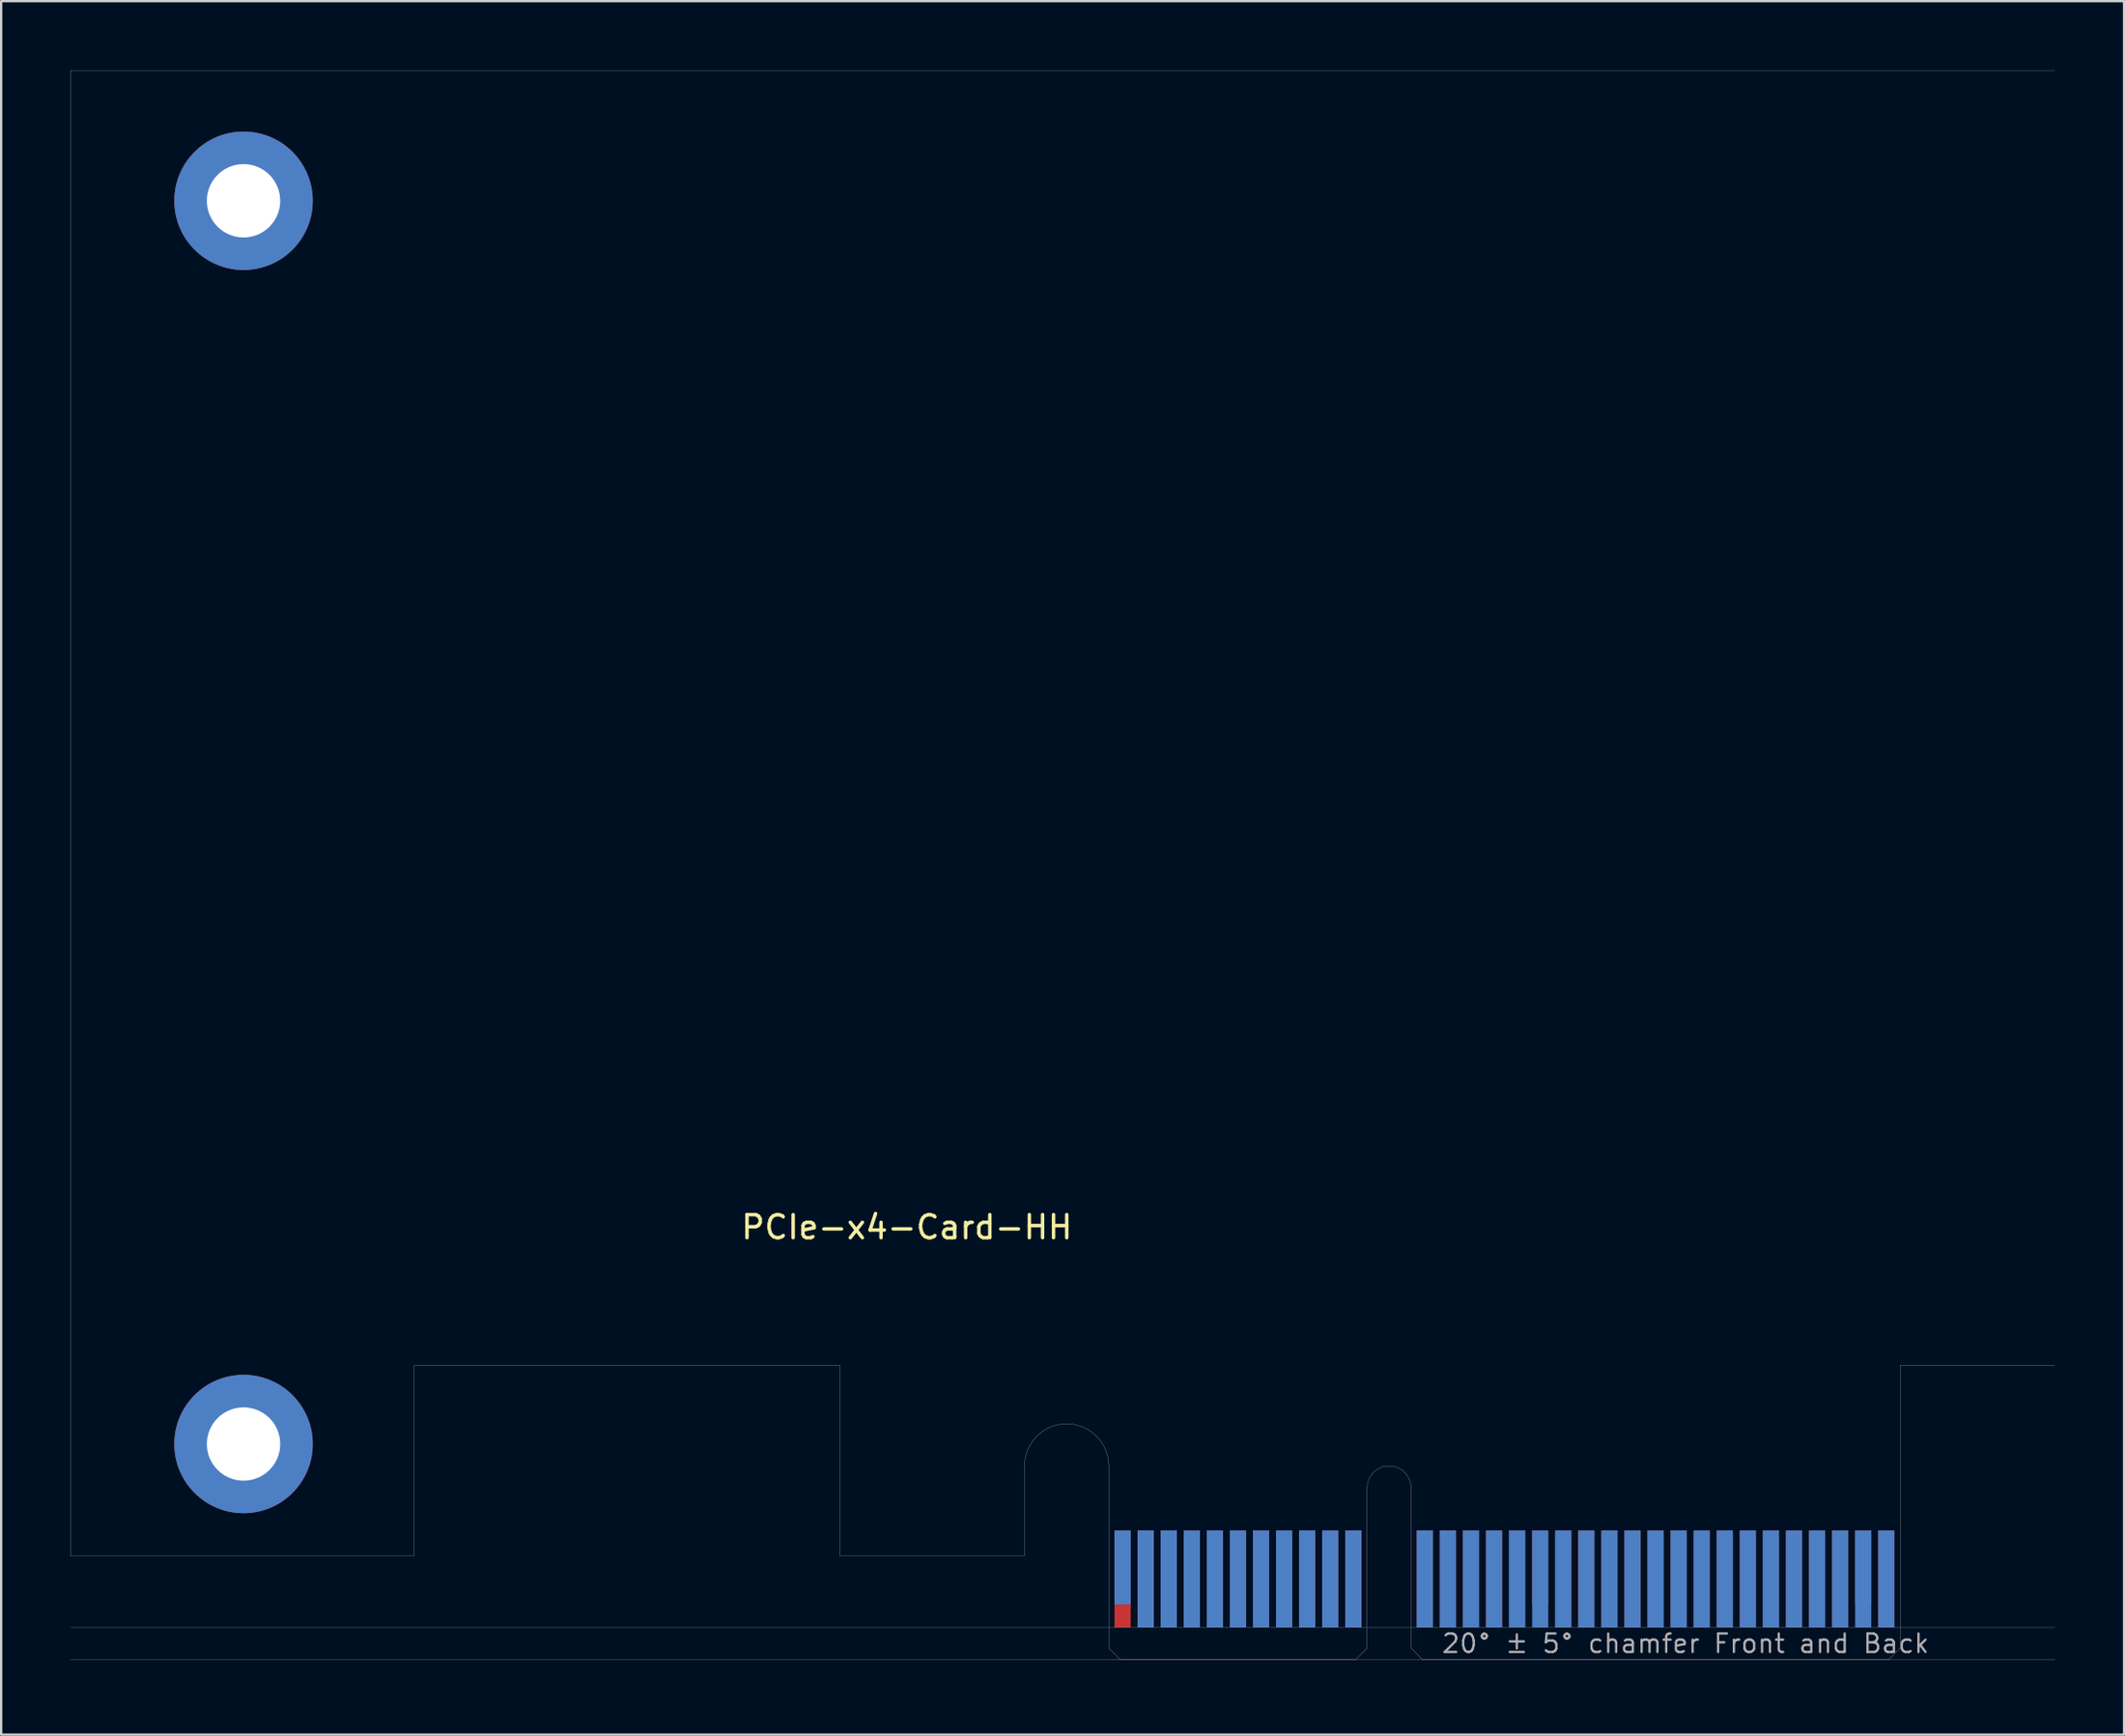
<source format=kicad_pcb>
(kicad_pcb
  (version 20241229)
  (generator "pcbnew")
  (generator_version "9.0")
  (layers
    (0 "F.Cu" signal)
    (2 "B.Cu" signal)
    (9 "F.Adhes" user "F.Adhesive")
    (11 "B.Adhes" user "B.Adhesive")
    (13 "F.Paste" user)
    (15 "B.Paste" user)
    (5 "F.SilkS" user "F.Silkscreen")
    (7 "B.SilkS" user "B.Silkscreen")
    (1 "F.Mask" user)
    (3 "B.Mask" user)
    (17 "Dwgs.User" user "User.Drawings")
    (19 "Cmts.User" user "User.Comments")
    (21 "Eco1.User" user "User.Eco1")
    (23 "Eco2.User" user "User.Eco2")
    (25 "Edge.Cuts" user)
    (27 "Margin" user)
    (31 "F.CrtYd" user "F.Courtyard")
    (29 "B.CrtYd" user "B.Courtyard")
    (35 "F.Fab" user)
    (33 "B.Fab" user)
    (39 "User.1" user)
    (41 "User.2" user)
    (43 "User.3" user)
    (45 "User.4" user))
  (footprint "PCIe-x4-Card-HH"
    (layer "F.Cu")
    (at 45.005 68.905)
    (property "Reference" "PCIe-x4-Card-HH" (at -8.75 -18.75 0) (layer "F.SilkS") (effects (font (size 1 1) (thickness 0.15))))
    (attr smd)
    (fp_poly (pts (xy -3.65 -4.5) (xy -11.65 -4.5) (xy -11.65 -7.95) (xy -3.65 -7.95)) (stroke (width 0.1) (type solid)) (fill yes) (layer "F.Mask"))
    (fp_poly (pts (xy 11.2 -5.45) (xy 0 -5.45) (xy 0 0) (xy 11.2 0)) (stroke (width 0.1) (type solid)) (fill yes) (layer "F.Mask"))
    (fp_poly (pts (xy 34.3 -5.45) (xy 13.1 -5.45) (xy 13.1 0) (xy 34.3 0)) (stroke (width 0.1) (type solid)) (fill yes) (layer "F.Mask"))
    (fp_poly (pts (xy -3.65 -7.95) (xy -11.65 -7.95) (xy -11.65 -4.5) (xy -3.65 -4.5)) (stroke (width 0.1) (type solid)) (fill yes) (layer "B.Mask"))
    (fp_poly (pts (xy 11.2 0) (xy 0 0) (xy 0 -5.45) (xy 11.2 -5.45)) (stroke (width 0.1) (type solid)) (fill yes) (layer "B.Mask"))
    (fp_poly (pts (xy 34.3 -5.5) (xy 13.1 -5.45) (xy 13.1 0) (xy 34.3 0)) (stroke (width 0.1) (type solid)) (fill yes) (layer "B.Mask"))
    (fp_line (start -45 -68.9) (end 41 -68.9) (stroke (width 0.01) (type solid)) (layer "Edge.Cuts"))
    (fp_line (start -45 -4.5) (end -45 -68.9) (stroke (width 0.01) (type solid)) (layer "Edge.Cuts"))
    (fp_line (start -30.1 -12.75) (end -30.1 -4.5) (stroke (width 0.01) (type solid)) (layer "Edge.Cuts"))
    (fp_line (start -30.1 -4.5) (end -45 -4.5) (stroke (width 0.01) (type solid)) (layer "Edge.Cuts"))
    (fp_line (start -11.65 -12.75) (end -30.1 -12.75) (stroke (width 0.01) (type solid)) (layer "Edge.Cuts"))
    (fp_line (start -11.65 -4.5) (end -11.65 -12.75) (stroke (width 0.01) (type solid)) (layer "Edge.Cuts"))
    (fp_line (start -3.65 -4.5) (end -11.65 -4.5) (stroke (width 0.01) (type solid)) (layer "Edge.Cuts"))
    (fp_line (start -3.65 -4.5) (end -3.65 -8.4) (stroke (width 0.01) (type solid)) (layer "Edge.Cuts"))
    (fp_line (start 0 -0.5) (end 0 -8.4) (stroke (width 0.01) (type solid)) (layer "Edge.Cuts"))
    (fp_line (start 0.5 0) (end 0 -0.5) (stroke (width 0.01) (type solid)) (layer "Edge.Cuts"))
    (fp_line (start 0.5 0) (end 10.7 0) (stroke (width 0.01) (type solid)) (layer "Edge.Cuts"))
    (fp_line (start 10.7 0) (end 11.2 -0.5) (stroke (width 0.01) (type solid)) (layer "Edge.Cuts"))
    (fp_line (start 11.2 -0.5) (end 11.2 -7.45) (stroke (width 0.01) (type solid)) (layer "Edge.Cuts"))
    (fp_line (start 13.1 -0.5) (end 13.1 -7.45) (stroke (width 0.01) (type solid)) (layer "Edge.Cuts"))
    (fp_line (start 13.6 0) (end 13.1 -0.5) (stroke (width 0.01) (type solid)) (layer "Edge.Cuts"))
    (fp_line (start 33.8 0) (end 13.6 0) (stroke (width 0.01) (type solid)) (layer "Edge.Cuts"))
    (fp_line (start 33.8 0) (end 34.3 -0.5) (stroke (width 0.01) (type solid)) (layer "Edge.Cuts"))
    (fp_line (start 34.3 -12.75) (end 41 -12.75) (stroke (width 0.01) (type solid)) (layer "Edge.Cuts"))
    (fp_line (start 34.3 -0.5) (end 34.3 -12.75) (stroke (width 0.01) (type solid)) (layer "Edge.Cuts"))
    (fp_arc (start -3.65 -8.4) (mid -1.825 -10.225) (end 0 -8.4) (stroke (width 0.01) (type solid)) (layer "Edge.Cuts"))
    (fp_arc (start 11.2 -7.45) (mid 12.15 -8.4) (end 13.1 -7.45) (stroke (width 0.01) (type solid)) (layer "Edge.Cuts"))
    (fp_line (start 41 -1.4) (end -45 -1.4) (stroke (width 0.01) (type solid)) (layer "F.Fab"))
    (fp_line (start 41 0) (end -45 0) (stroke (width 0.01) (type solid)) (layer "F.Fab"))
    (fp_text user "20° ± 5° chamfer Front and Back" (at 25 -0.7 0) (layer "F.Fab") (effects (font (size 0.8 0.8) (thickness 0.1))))
    (pad "A1" smd rect (at 0.6 -4) (size 0.7 3.2) (layers "B.Cu"))
    (pad "A2" smd rect (at 1.6 -3.5) (size 0.7 4.2) (layers "B.Cu"))
    (pad "A3" smd rect (at 2.6 -3.5) (size 0.7 4.2) (layers "B.Cu"))
    (pad "A4" smd rect (at 3.6 -3.5) (size 0.7 4.2) (layers "B.Cu"))
    (pad "A5" smd rect (at 4.6 -3.5) (size 0.7 4.2) (layers "B.Cu"))
    (pad "A6" smd rect (at 5.6 -3.5) (size 0.7 4.2) (layers "B.Cu"))
    (pad "A7" smd rect (at 6.6 -3.5) (size 0.7 4.2) (layers "B.Cu"))
    (pad "A8" smd rect (at 7.6 -3.5) (size 0.7 4.2) (layers "B.Cu"))
    (pad "A9" smd rect (at 8.6 -3.5) (size 0.7 4.2) (layers "B.Cu"))
    (pad "A10" smd rect (at 9.6 -3.5) (size 0.7 4.2) (layers "B.Cu"))
    (pad "A11" smd rect (at 10.6 -3.5) (size 0.7 4.2) (layers "B.Cu"))
    (pad "A12" smd rect (at 13.7 -3.5) (size 0.7 4.2) (layers "B.Cu"))
    (pad "A13" smd rect (at 14.7 -3.5) (size 0.7 4.2) (layers "B.Cu"))
    (pad "A14" smd rect (at 15.7 -3.5) (size 0.7 4.2) (layers "B.Cu"))
    (pad "A15" smd rect (at 16.7 -3.5) (size 0.7 4.2) (layers "B.Cu"))
    (pad "A16" smd rect (at 17.7 -3.5) (size 0.7 4.2) (layers "B.Cu"))
    (pad "A17" smd rect (at 18.7 -3.5) (size 0.7 4.2) (layers "B.Cu"))
    (pad "A18" smd rect (at 19.7 -3.5) (size 0.7 4.2) (layers "B.Cu"))
    (pad "A19" smd rect (at 20.7 -3.5) (size 0.7 4.2) (layers "B.Cu"))
    (pad "A20" smd rect (at 21.7 -3.5) (size 0.7 4.2) (layers "B.Cu"))
    (pad "A21" smd rect (at 22.7 -3.5) (size 0.7 4.2) (layers "B.Cu"))
    (pad "A22" smd rect (at 23.7 -3.5) (size 0.7 4.2) (layers "B.Cu"))
    (pad "A23" smd rect (at 24.7 -3.5) (size 0.7 4.2) (layers "B.Cu"))
    (pad "A24" smd rect (at 25.7 -3.5) (size 0.7 4.2) (layers "B.Cu"))
    (pad "A25" smd rect (at 26.7 -3.5) (size 0.7 4.2) (layers "B.Cu"))
    (pad "A26" smd rect (at 27.7 -3.5) (size 0.7 4.2) (layers "B.Cu"))
    (pad "A27" smd rect (at 28.7 -3.5) (size 0.7 4.2) (layers "B.Cu"))
    (pad "A28" smd rect (at 29.7 -3.5) (size 0.7 4.2) (layers "B.Cu"))
    (pad "A29" smd rect (at 30.7 -3.5) (size 0.7 4.2) (layers "B.Cu"))
    (pad "A30" smd rect (at 31.7 -3.5) (size 0.7 4.2) (layers "B.Cu"))
    (pad "A31" smd rect (at 32.7 -3.5) (size 0.7 4.2) (layers "B.Cu"))
    (pad "A32" smd rect (at 33.7 -3.5) (size 0.7 4.2) (layers "B.Cu"))
    (pad "B1" smd rect (at 0.6 -3.5) (size 0.7 4.2) (layers "F.Cu"))
    (pad "B2" smd rect (at 1.6 -3.5) (size 0.7 4.2) (layers "F.Cu"))
    (pad "B3" smd rect (at 2.6 -3.5) (size 0.7 4.2) (layers "F.Cu"))
    (pad "B4" smd rect (at 3.6 -3.5) (size 0.7 4.2) (layers "F.Cu"))
    (pad "B5" smd rect (at 4.6 -3.5) (size 0.7 4.2) (layers "F.Cu"))
    (pad "B6" smd rect (at 5.6 -3.5) (size 0.7 4.2) (layers "F.Cu"))
    (pad "B7" smd rect (at 6.6 -3.5) (size 0.7 4.2) (layers "F.Cu"))
    (pad "B8" smd rect (at 7.6 -3.5) (size 0.7 4.2) (layers "F.Cu"))
    (pad "B9" smd rect (at 8.6 -3.5) (size 0.7 4.2) (layers "F.Cu"))
    (pad "B10" smd rect (at 9.6 -3.5) (size 0.7 4.2) (layers "F.Cu"))
    (pad "B11" smd rect (at 10.6 -3.5) (size 0.7 4.2) (layers "F.Cu"))
    (pad "B12" smd rect (at 13.7 -3.5) (size 0.7 4.2) (layers "F.Cu"))
    (pad "B13" smd rect (at 14.7 -3.5) (size 0.7 4.2) (layers "F.Cu"))
    (pad "B14" smd rect (at 15.7 -3.5) (size 0.7 4.2) (layers "F.Cu"))
    (pad "B15" smd rect (at 16.7 -3.5) (size 0.7 4.2) (layers "F.Cu"))
    (pad "B16" smd rect (at 17.7 -3.5) (size 0.7 4.2) (layers "F.Cu"))
    (pad "B17" smd rect (at 18.7 -4) (size 0.7 3.2) (layers "F.Cu"))
    (pad "B18" smd rect (at 19.7 -3.5) (size 0.7 4.2) (layers "F.Cu"))
    (pad "B19" smd rect (at 20.7 -3.5) (size 0.7 4.2) (layers "F.Cu"))
    (pad "B20" smd rect (at 21.7 -3.5) (size 0.7 4.2) (layers "F.Cu"))
    (pad "B21" smd rect (at 22.7 -3.5) (size 0.7 4.2) (layers "F.Cu"))
    (pad "B22" smd rect (at 23.7 -3.5) (size 0.7 4.2) (layers "F.Cu"))
    (pad "B23" smd rect (at 24.7 -3.5) (size 0.7 4.2) (layers "F.Cu"))
    (pad "B24" smd rect (at 25.7 -3.5) (size 0.7 4.2) (layers "F.Cu"))
    (pad "B25" smd rect (at 26.7 -3.5) (size 0.7 4.2) (layers "F.Cu"))
    (pad "B26" smd rect (at 27.7 -3.5) (size 0.7 4.2) (layers "F.Cu"))
    (pad "B27" smd rect (at 28.7 -3.5) (size 0.7 4.2) (layers "F.Cu"))
    (pad "B28" smd rect (at 29.7 -3.5) (size 0.7 4.2) (layers "F.Cu"))
    (pad "B29" smd rect (at 30.7 -3.5) (size 0.7 4.2) (layers "F.Cu"))
    (pad "B30" smd rect (at 31.7 -3.5) (size 0.7 4.2) (layers "F.Cu"))
    (pad "B31" smd rect (at 32.7 -4) (size 0.7 3.2) (layers "F.Cu"))
    (pad "B32" smd rect (at 33.7 -3.5) (size 0.7 4.2) (layers "F.Cu"))
    (pad "G1" thru_hole circle (at -37.5 -63.25) (size 6 6) (drill 3.18) (layers "*.Cu" "*.Mask"))
    (pad "G2" thru_hole circle (at -37.5 -9.35) (size 6 6) (drill 3.18) (layers "*.Cu" "*.Mask")))
  (gr_rect
    (start -3 -3)
    (end 89.01 72.155)
    (stroke (width 0.1) (type default))
    (fill no)
    (layer "Edge.Cuts")))
</source>
